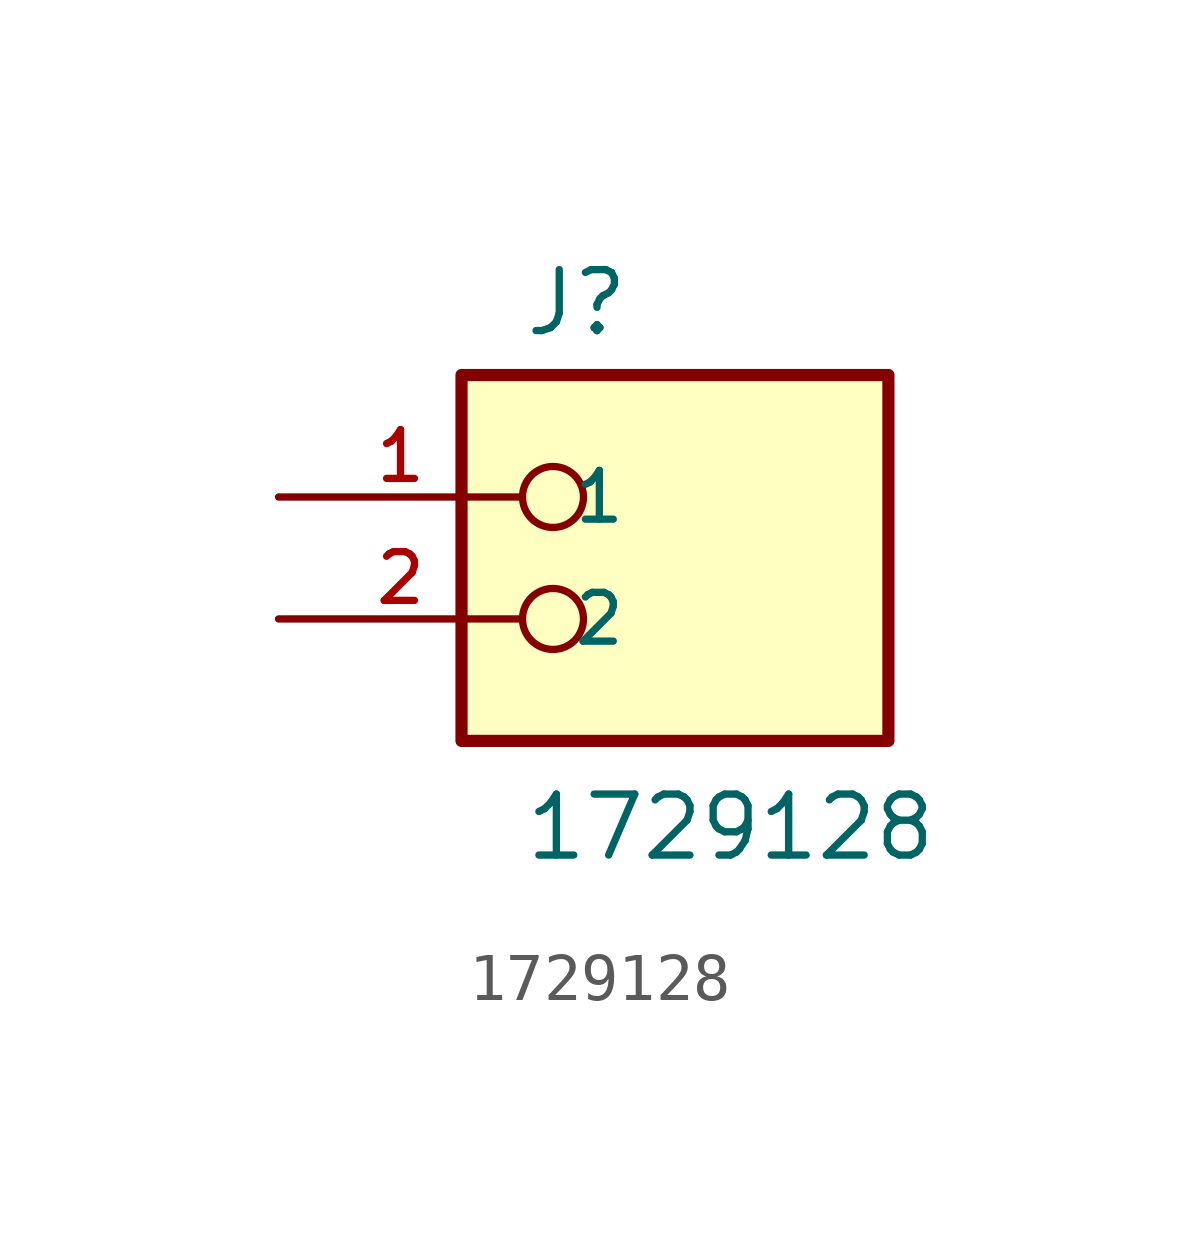
<source format=kicad_sym>
(kicad_symbol_lib
  (version 20211014)
  (generator kicad_symbol_editor)
  (symbol "1729128"
    (pin_names
      (offset 1.016))
    (property "Reference" "J"
      (at -2.54 3.302 0)
      (effects (font (size 1.27 1.27)) (justify bottom left)))
    (property "Value" "1729128"
      (at -2.54 -7.62 0)
      (effects (font (size 1.27 1.27)) (justify bottom left)))
    (symbol "1729128_0_0"
      (circle (center -1.905 0.0) (radius 0.635) (stroke (width 0.152)) (fill (type none)))
      (circle (center -1.905 -2.54) (radius 0.635) (stroke (width 0.152)) (fill (type none)))
      (rectangle (start -3.81 -5.08) (end 5.08 2.54) (stroke (width 0.254)) (fill (type background)))
      (pin passive line (at -7.62 0.0 0) (length 5.08) (name "1" (effects (font (size 1.016 1.016)))) (number "1" (effects (font (size 1.016 1.016)))))
      (pin passive line (at -7.62 -2.54 0) (length 5.08) (name "2" (effects (font (size 1.016 1.016)))) (number "2" (effects (font (size 1.016 1.016))))))))
</source>
